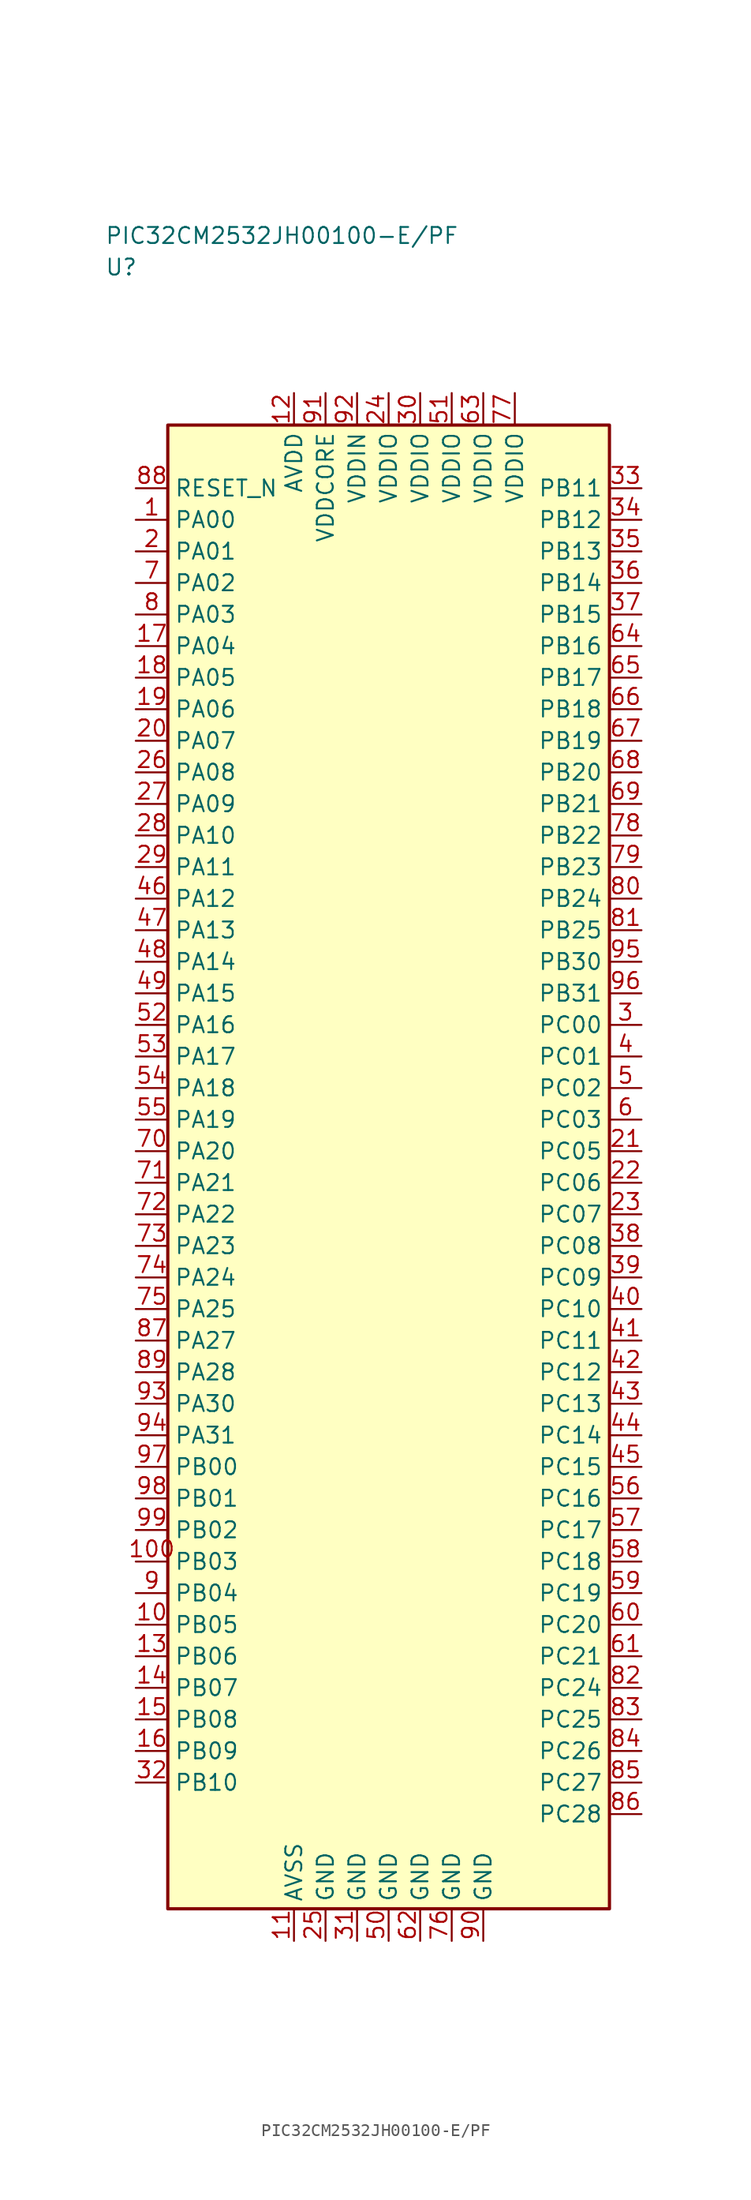
<source format=kicad_sym>
(kicad_symbol_lib
  (version 20241025)
  (generator "kicad_symbol_editor")
  (generator_version "8.0")
  (symbol "PIC32CM2532JH00100-E/PF"
    (property "Reference" "U"
      (at -22.5 71.25 0)
      (effects (font (size 1.27 1.27)) (justify left)))
    (property "Value" "PIC32CM2532JH00100-E/PF"
      (at -22.5 73.75 0)
      (effects (font (size 1.27 1.27)) (justify left)))
    (symbol "PIC32CM2532JH00100-E/PF_0_1"
      (rectangle (start -17.5 58.75) (end 17.5 -58.75) (stroke (width 0.254) (type default)) (fill (type background))))
    (symbol "PIC32CM2532JH00100-E/PF_1_1"
      (pin bidirectional line (at -20.04 51.25 0.0) (length 2.54) (name "PA00" (effects (font (size 1.27 1.27)))) (number "1" (effects (font (size 1.27 1.27)))))
      (pin bidirectional line (at -20.04 48.75 0.0) (length 2.54) (name "PA01" (effects (font (size 1.27 1.27)))) (number "2" (effects (font (size 1.27 1.27)))))
      (pin bidirectional line (at 20.04 11.25 180.0) (length 2.54) (name "PC00" (effects (font (size 1.27 1.27)))) (number "3" (effects (font (size 1.27 1.27)))))
      (pin bidirectional line (at 20.04 8.75 180.0) (length 2.54) (name "PC01" (effects (font (size 1.27 1.27)))) (number "4" (effects (font (size 1.27 1.27)))))
      (pin bidirectional line (at 20.04 6.25 180.0) (length 2.54) (name "PC02" (effects (font (size 1.27 1.27)))) (number "5" (effects (font (size 1.27 1.27)))))
      (pin bidirectional line (at 20.04 3.75 180.0) (length 2.54) (name "PC03" (effects (font (size 1.27 1.27)))) (number "6" (effects (font (size 1.27 1.27)))))
      (pin bidirectional line (at -20.04 46.25 0.0) (length 2.54) (name "PA02" (effects (font (size 1.27 1.27)))) (number "7" (effects (font (size 1.27 1.27)))))
      (pin bidirectional line (at -20.04 43.75 0.0) (length 2.54) (name "PA03" (effects (font (size 1.27 1.27)))) (number "8" (effects (font (size 1.27 1.27)))))
      (pin bidirectional line (at -20.04 -33.75 0.0) (length 2.54) (name "PB04" (effects (font (size 1.27 1.27)))) (number "9" (effects (font (size 1.27 1.27)))))
      (pin bidirectional line (at -20.04 -36.25 0.0) (length 2.54) (name "PB05" (effects (font (size 1.27 1.27)))) (number "10" (effects (font (size 1.27 1.27)))))
      (pin passive line (at -7.5 -61.29 90.0) (length 2.54) (name "AVSS" (effects (font (size 1.27 1.27)))) (number "11" (effects (font (size 1.27 1.27)))))
      (pin power_in line (at -7.5 61.29 270.0) (length 2.54) (name "AVDD" (effects (font (size 1.27 1.27)))) (number "12" (effects (font (size 1.27 1.27)))))
      (pin bidirectional line (at -20.04 -38.75 0.0) (length 2.54) (name "PB06" (effects (font (size 1.27 1.27)))) (number "13" (effects (font (size 1.27 1.27)))))
      (pin bidirectional line (at -20.04 -41.25 0.0) (length 2.54) (name "PB07" (effects (font (size 1.27 1.27)))) (number "14" (effects (font (size 1.27 1.27)))))
      (pin bidirectional line (at -20.04 -43.75 0.0) (length 2.54) (name "PB08" (effects (font (size 1.27 1.27)))) (number "15" (effects (font (size 1.27 1.27)))))
      (pin bidirectional line (at -20.04 -46.25 0.0) (length 2.54) (name "PB09" (effects (font (size 1.27 1.27)))) (number "16" (effects (font (size 1.27 1.27)))))
      (pin bidirectional line (at -20.04 41.25 0.0) (length 2.54) (name "PA04" (effects (font (size 1.27 1.27)))) (number "17" (effects (font (size 1.27 1.27)))))
      (pin bidirectional line (at -20.04 38.75 0.0) (length 2.54) (name "PA05" (effects (font (size 1.27 1.27)))) (number "18" (effects (font (size 1.27 1.27)))))
      (pin bidirectional line (at -20.04 36.25 0.0) (length 2.54) (name "PA06" (effects (font (size 1.27 1.27)))) (number "19" (effects (font (size 1.27 1.27)))))
      (pin bidirectional line (at -20.04 33.75 0.0) (length 2.54) (name "PA07" (effects (font (size 1.27 1.27)))) (number "20" (effects (font (size 1.27 1.27)))))
      (pin bidirectional line (at 20.04 1.25 180.0) (length 2.54) (name "PC05" (effects (font (size 1.27 1.27)))) (number "21" (effects (font (size 1.27 1.27)))))
      (pin bidirectional line (at 20.04 -1.25 180.0) (length 2.54) (name "PC06" (effects (font (size 1.27 1.27)))) (number "22" (effects (font (size 1.27 1.27)))))
      (pin bidirectional line (at 20.04 -3.75 180.0) (length 2.54) (name "PC07" (effects (font (size 1.27 1.27)))) (number "23" (effects (font (size 1.27 1.27)))))
      (pin power_in line (at 0.0 61.29 270.0) (length 2.54) (name "VDDIO" (effects (font (size 1.27 1.27)))) (number "24" (effects (font (size 1.27 1.27)))))
      (pin passive line (at -5.0 -61.29 90.0) (length 2.54) (name "GND" (effects (font (size 1.27 1.27)))) (number "25" (effects (font (size 1.27 1.27)))))
      (pin bidirectional line (at -20.04 31.25 0.0) (length 2.54) (name "PA08" (effects (font (size 1.27 1.27)))) (number "26" (effects (font (size 1.27 1.27)))))
      (pin bidirectional line (at -20.04 28.75 0.0) (length 2.54) (name "PA09" (effects (font (size 1.27 1.27)))) (number "27" (effects (font (size 1.27 1.27)))))
      (pin bidirectional line (at -20.04 26.25 0.0) (length 2.54) (name "PA10" (effects (font (size 1.27 1.27)))) (number "28" (effects (font (size 1.27 1.27)))))
      (pin bidirectional line (at -20.04 23.75 0.0) (length 2.54) (name "PA11" (effects (font (size 1.27 1.27)))) (number "29" (effects (font (size 1.27 1.27)))))
      (pin power_in line (at 2.5 61.29 270.0) (length 2.54) (name "VDDIO" (effects (font (size 1.27 1.27)))) (number "30" (effects (font (size 1.27 1.27)))))
      (pin passive line (at -2.5 -61.29 90.0) (length 2.54) (name "GND" (effects (font (size 1.27 1.27)))) (number "31" (effects (font (size 1.27 1.27)))))
      (pin bidirectional line (at -20.04 -48.75 0.0) (length 2.54) (name "PB10" (effects (font (size 1.27 1.27)))) (number "32" (effects (font (size 1.27 1.27)))))
      (pin bidirectional line (at 20.04 53.75 180.0) (length 2.54) (name "PB11" (effects (font (size 1.27 1.27)))) (number "33" (effects (font (size 1.27 1.27)))))
      (pin bidirectional line (at 20.04 51.25 180.0) (length 2.54) (name "PB12" (effects (font (size 1.27 1.27)))) (number "34" (effects (font (size 1.27 1.27)))))
      (pin bidirectional line (at 20.04 48.75 180.0) (length 2.54) (name "PB13" (effects (font (size 1.27 1.27)))) (number "35" (effects (font (size 1.27 1.27)))))
      (pin bidirectional line (at 20.04 46.25 180.0) (length 2.54) (name "PB14" (effects (font (size 1.27 1.27)))) (number "36" (effects (font (size 1.27 1.27)))))
      (pin bidirectional line (at 20.04 43.75 180.0) (length 2.54) (name "PB15" (effects (font (size 1.27 1.27)))) (number "37" (effects (font (size 1.27 1.27)))))
      (pin bidirectional line (at 20.04 -6.25 180.0) (length 2.54) (name "PC08" (effects (font (size 1.27 1.27)))) (number "38" (effects (font (size 1.27 1.27)))))
      (pin bidirectional line (at 20.04 -8.75 180.0) (length 2.54) (name "PC09" (effects (font (size 1.27 1.27)))) (number "39" (effects (font (size 1.27 1.27)))))
      (pin bidirectional line (at 20.04 -11.25 180.0) (length 2.54) (name "PC10" (effects (font (size 1.27 1.27)))) (number "40" (effects (font (size 1.27 1.27)))))
      (pin bidirectional line (at 20.04 -13.75 180.0) (length 2.54) (name "PC11" (effects (font (size 1.27 1.27)))) (number "41" (effects (font (size 1.27 1.27)))))
      (pin bidirectional line (at 20.04 -16.25 180.0) (length 2.54) (name "PC12" (effects (font (size 1.27 1.27)))) (number "42" (effects (font (size 1.27 1.27)))))
      (pin bidirectional line (at 20.04 -18.75 180.0) (length 2.54) (name "PC13" (effects (font (size 1.27 1.27)))) (number "43" (effects (font (size 1.27 1.27)))))
      (pin bidirectional line (at 20.04 -21.25 180.0) (length 2.54) (name "PC14" (effects (font (size 1.27 1.27)))) (number "44" (effects (font (size 1.27 1.27)))))
      (pin bidirectional line (at 20.04 -23.75 180.0) (length 2.54) (name "PC15" (effects (font (size 1.27 1.27)))) (number "45" (effects (font (size 1.27 1.27)))))
      (pin bidirectional line (at -20.04 21.25 0.0) (length 2.54) (name "PA12" (effects (font (size 1.27 1.27)))) (number "46" (effects (font (size 1.27 1.27)))))
      (pin bidirectional line (at -20.04 18.75 0.0) (length 2.54) (name "PA13" (effects (font (size 1.27 1.27)))) (number "47" (effects (font (size 1.27 1.27)))))
      (pin bidirectional line (at -20.04 16.25 0.0) (length 2.54) (name "PA14" (effects (font (size 1.27 1.27)))) (number "48" (effects (font (size 1.27 1.27)))))
      (pin bidirectional line (at -20.04 13.75 0.0) (length 2.54) (name "PA15" (effects (font (size 1.27 1.27)))) (number "49" (effects (font (size 1.27 1.27)))))
      (pin passive line (at 0.0 -61.29 90.0) (length 2.54) (name "GND" (effects (font (size 1.27 1.27)))) (number "50" (effects (font (size 1.27 1.27)))))
      (pin power_in line (at 5.0 61.29 270.0) (length 2.54) (name "VDDIO" (effects (font (size 1.27 1.27)))) (number "51" (effects (font (size 1.27 1.27)))))
      (pin bidirectional line (at -20.04 11.25 0.0) (length 2.54) (name "PA16" (effects (font (size 1.27 1.27)))) (number "52" (effects (font (size 1.27 1.27)))))
      (pin bidirectional line (at -20.04 8.75 0.0) (length 2.54) (name "PA17" (effects (font (size 1.27 1.27)))) (number "53" (effects (font (size 1.27 1.27)))))
      (pin bidirectional line (at -20.04 6.25 0.0) (length 2.54) (name "PA18" (effects (font (size 1.27 1.27)))) (number "54" (effects (font (size 1.27 1.27)))))
      (pin bidirectional line (at -20.04 3.75 0.0) (length 2.54) (name "PA19" (effects (font (size 1.27 1.27)))) (number "55" (effects (font (size 1.27 1.27)))))
      (pin bidirectional line (at 20.04 -26.25 180.0) (length 2.54) (name "PC16" (effects (font (size 1.27 1.27)))) (number "56" (effects (font (size 1.27 1.27)))))
      (pin bidirectional line (at 20.04 -28.75 180.0) (length 2.54) (name "PC17" (effects (font (size 1.27 1.27)))) (number "57" (effects (font (size 1.27 1.27)))))
      (pin bidirectional line (at 20.04 -31.25 180.0) (length 2.54) (name "PC18" (effects (font (size 1.27 1.27)))) (number "58" (effects (font (size 1.27 1.27)))))
      (pin bidirectional line (at 20.04 -33.75 180.0) (length 2.54) (name "PC19" (effects (font (size 1.27 1.27)))) (number "59" (effects (font (size 1.27 1.27)))))
      (pin bidirectional line (at 20.04 -36.25 180.0) (length 2.54) (name "PC20" (effects (font (size 1.27 1.27)))) (number "60" (effects (font (size 1.27 1.27)))))
      (pin bidirectional line (at 20.04 -38.75 180.0) (length 2.54) (name "PC21" (effects (font (size 1.27 1.27)))) (number "61" (effects (font (size 1.27 1.27)))))
      (pin passive line (at 2.5 -61.29 90.0) (length 2.54) (name "GND" (effects (font (size 1.27 1.27)))) (number "62" (effects (font (size 1.27 1.27)))))
      (pin power_in line (at 7.5 61.29 270.0) (length 2.54) (name "VDDIO" (effects (font (size 1.27 1.27)))) (number "63" (effects (font (size 1.27 1.27)))))
      (pin bidirectional line (at 20.04 41.25 180.0) (length 2.54) (name "PB16" (effects (font (size 1.27 1.27)))) (number "64" (effects (font (size 1.27 1.27)))))
      (pin bidirectional line (at 20.04 38.75 180.0) (length 2.54) (name "PB17" (effects (font (size 1.27 1.27)))) (number "65" (effects (font (size 1.27 1.27)))))
      (pin bidirectional line (at 20.04 36.25 180.0) (length 2.54) (name "PB18" (effects (font (size 1.27 1.27)))) (number "66" (effects (font (size 1.27 1.27)))))
      (pin bidirectional line (at 20.04 33.75 180.0) (length 2.54) (name "PB19" (effects (font (size 1.27 1.27)))) (number "67" (effects (font (size 1.27 1.27)))))
      (pin bidirectional line (at 20.04 31.25 180.0) (length 2.54) (name "PB20" (effects (font (size 1.27 1.27)))) (number "68" (effects (font (size 1.27 1.27)))))
      (pin bidirectional line (at 20.04 28.75 180.0) (length 2.54) (name "PB21" (effects (font (size 1.27 1.27)))) (number "69" (effects (font (size 1.27 1.27)))))
      (pin bidirectional line (at -20.04 1.25 0.0) (length 2.54) (name "PA20" (effects (font (size 1.27 1.27)))) (number "70" (effects (font (size 1.27 1.27)))))
      (pin bidirectional line (at -20.04 -1.25 0.0) (length 2.54) (name "PA21" (effects (font (size 1.27 1.27)))) (number "71" (effects (font (size 1.27 1.27)))))
      (pin bidirectional line (at -20.04 -3.75 0.0) (length 2.54) (name "PA22" (effects (font (size 1.27 1.27)))) (number "72" (effects (font (size 1.27 1.27)))))
      (pin bidirectional line (at -20.04 -6.25 0.0) (length 2.54) (name "PA23" (effects (font (size 1.27 1.27)))) (number "73" (effects (font (size 1.27 1.27)))))
      (pin bidirectional line (at -20.04 -8.75 0.0) (length 2.54) (name "PA24" (effects (font (size 1.27 1.27)))) (number "74" (effects (font (size 1.27 1.27)))))
      (pin bidirectional line (at -20.04 -11.25 0.0) (length 2.54) (name "PA25" (effects (font (size 1.27 1.27)))) (number "75" (effects (font (size 1.27 1.27)))))
      (pin passive line (at 5.0 -61.29 90.0) (length 2.54) (name "GND" (effects (font (size 1.27 1.27)))) (number "76" (effects (font (size 1.27 1.27)))))
      (pin power_in line (at 10.0 61.29 270.0) (length 2.54) (name "VDDIO" (effects (font (size 1.27 1.27)))) (number "77" (effects (font (size 1.27 1.27)))))
      (pin bidirectional line (at 20.04 26.25 180.0) (length 2.54) (name "PB22" (effects (font (size 1.27 1.27)))) (number "78" (effects (font (size 1.27 1.27)))))
      (pin bidirectional line (at 20.04 23.75 180.0) (length 2.54) (name "PB23" (effects (font (size 1.27 1.27)))) (number "79" (effects (font (size 1.27 1.27)))))
      (pin bidirectional line (at 20.04 21.25 180.0) (length 2.54) (name "PB24" (effects (font (size 1.27 1.27)))) (number "80" (effects (font (size 1.27 1.27)))))
      (pin bidirectional line (at 20.04 18.75 180.0) (length 2.54) (name "PB25" (effects (font (size 1.27 1.27)))) (number "81" (effects (font (size 1.27 1.27)))))
      (pin bidirectional line (at 20.04 -41.25 180.0) (length 2.54) (name "PC24" (effects (font (size 1.27 1.27)))) (number "82" (effects (font (size 1.27 1.27)))))
      (pin bidirectional line (at 20.04 -43.75 180.0) (length 2.54) (name "PC25" (effects (font (size 1.27 1.27)))) (number "83" (effects (font (size 1.27 1.27)))))
      (pin bidirectional line (at 20.04 -46.25 180.0) (length 2.54) (name "PC26" (effects (font (size 1.27 1.27)))) (number "84" (effects (font (size 1.27 1.27)))))
      (pin bidirectional line (at 20.04 -48.75 180.0) (length 2.54) (name "PC27" (effects (font (size 1.27 1.27)))) (number "85" (effects (font (size 1.27 1.27)))))
      (pin bidirectional line (at 20.04 -51.25 180.0) (length 2.54) (name "PC28" (effects (font (size 1.27 1.27)))) (number "86" (effects (font (size 1.27 1.27)))))
      (pin bidirectional line (at -20.04 -13.75 0.0) (length 2.54) (name "PA27" (effects (font (size 1.27 1.27)))) (number "87" (effects (font (size 1.27 1.27)))))
      (pin input line (at -20.04 53.75 0.0) (length 2.54) (name "RESET_N" (effects (font (size 1.27 1.27)))) (number "88" (effects (font (size 1.27 1.27)))))
      (pin bidirectional line (at -20.04 -16.25 0.0) (length 2.54) (name "PA28" (effects (font (size 1.27 1.27)))) (number "89" (effects (font (size 1.27 1.27)))))
      (pin passive line (at 7.5 -61.29 90.0) (length 2.54) (name "GND" (effects (font (size 1.27 1.27)))) (number "90" (effects (font (size 1.27 1.27)))))
      (pin power_in line (at -5.0 61.29 270.0) (length 2.54) (name "VDDCORE" (effects (font (size 1.27 1.27)))) (number "91" (effects (font (size 1.27 1.27)))))
      (pin power_in line (at -2.5 61.29 270.0) (length 2.54) (name "VDDIN" (effects (font (size 1.27 1.27)))) (number "92" (effects (font (size 1.27 1.27)))))
      (pin bidirectional line (at -20.04 -18.75 0.0) (length 2.54) (name "PA30" (effects (font (size 1.27 1.27)))) (number "93" (effects (font (size 1.27 1.27)))))
      (pin bidirectional line (at -20.04 -21.25 0.0) (length 2.54) (name "PA31" (effects (font (size 1.27 1.27)))) (number "94" (effects (font (size 1.27 1.27)))))
      (pin bidirectional line (at 20.04 16.25 180.0) (length 2.54) (name "PB30" (effects (font (size 1.27 1.27)))) (number "95" (effects (font (size 1.27 1.27)))))
      (pin bidirectional line (at 20.04 13.75 180.0) (length 2.54) (name "PB31" (effects (font (size 1.27 1.27)))) (number "96" (effects (font (size 1.27 1.27)))))
      (pin bidirectional line (at -20.04 -23.75 0.0) (length 2.54) (name "PB00" (effects (font (size 1.27 1.27)))) (number "97" (effects (font (size 1.27 1.27)))))
      (pin bidirectional line (at -20.04 -26.25 0.0) (length 2.54) (name "PB01" (effects (font (size 1.27 1.27)))) (number "98" (effects (font (size 1.27 1.27)))))
      (pin bidirectional line (at -20.04 -28.75 0.0) (length 2.54) (name "PB02" (effects (font (size 1.27 1.27)))) (number "99" (effects (font (size 1.27 1.27)))))
      (pin bidirectional line (at -20.04 -31.25 0.0) (length 2.54) (name "PB03" (effects (font (size 1.27 1.27)))) (number "100" (effects (font (size 1.27 1.27))))))))
</source>
